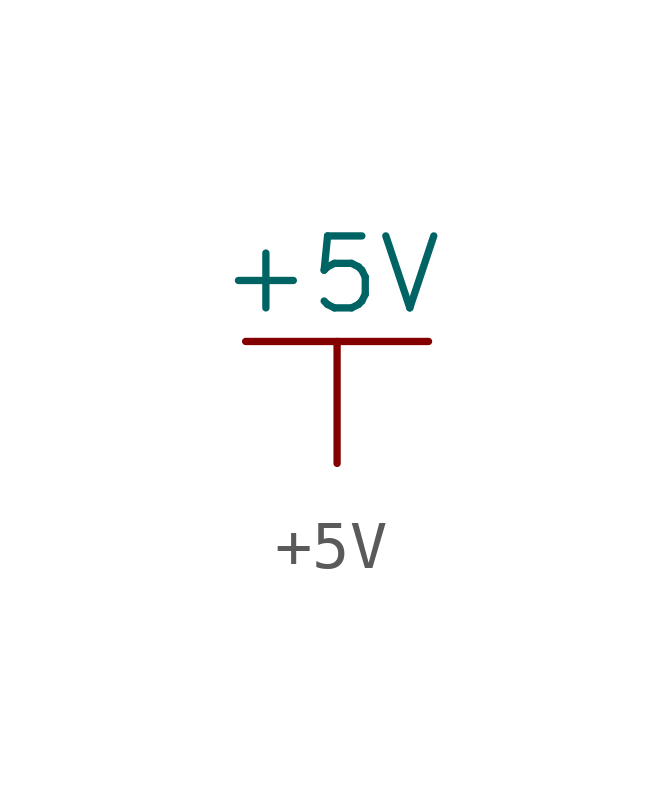
<source format=kicad_sym>
(kicad_symbol_lib
  (version 20211014)
  (generator kicad_symbol_editor)
  (symbol "+5V"
    (power)
    (pin_names
      (offset 1.016))
    (property "Reference" "#SUPPLY"
      (at 0 0 0)
      (effects (font (size 1.27 1.27)) hide))
    (property "Value" "+5V"
      (at -0.127 3.048 0)
      (effects (font (size 1.499 1.499)) (justify bottom)))
    (property "ki_locked" ""
      (at 0 0 0)
      (effects (font (size 1.27 1.27))))
    (symbol "+5V_1_0"
      (polyline (pts (xy 1.905 2.54) (xy -1.905 2.54)) (stroke (width 0) (type default) (color 0 0 0 0)) (fill (type none)))
      (pin power_in line (at 0 0 90) (length 2.54) (name "+5V" (effects (font (size 0 0)))) (number "1" (effects (font (size 0 0))))))))
</source>
